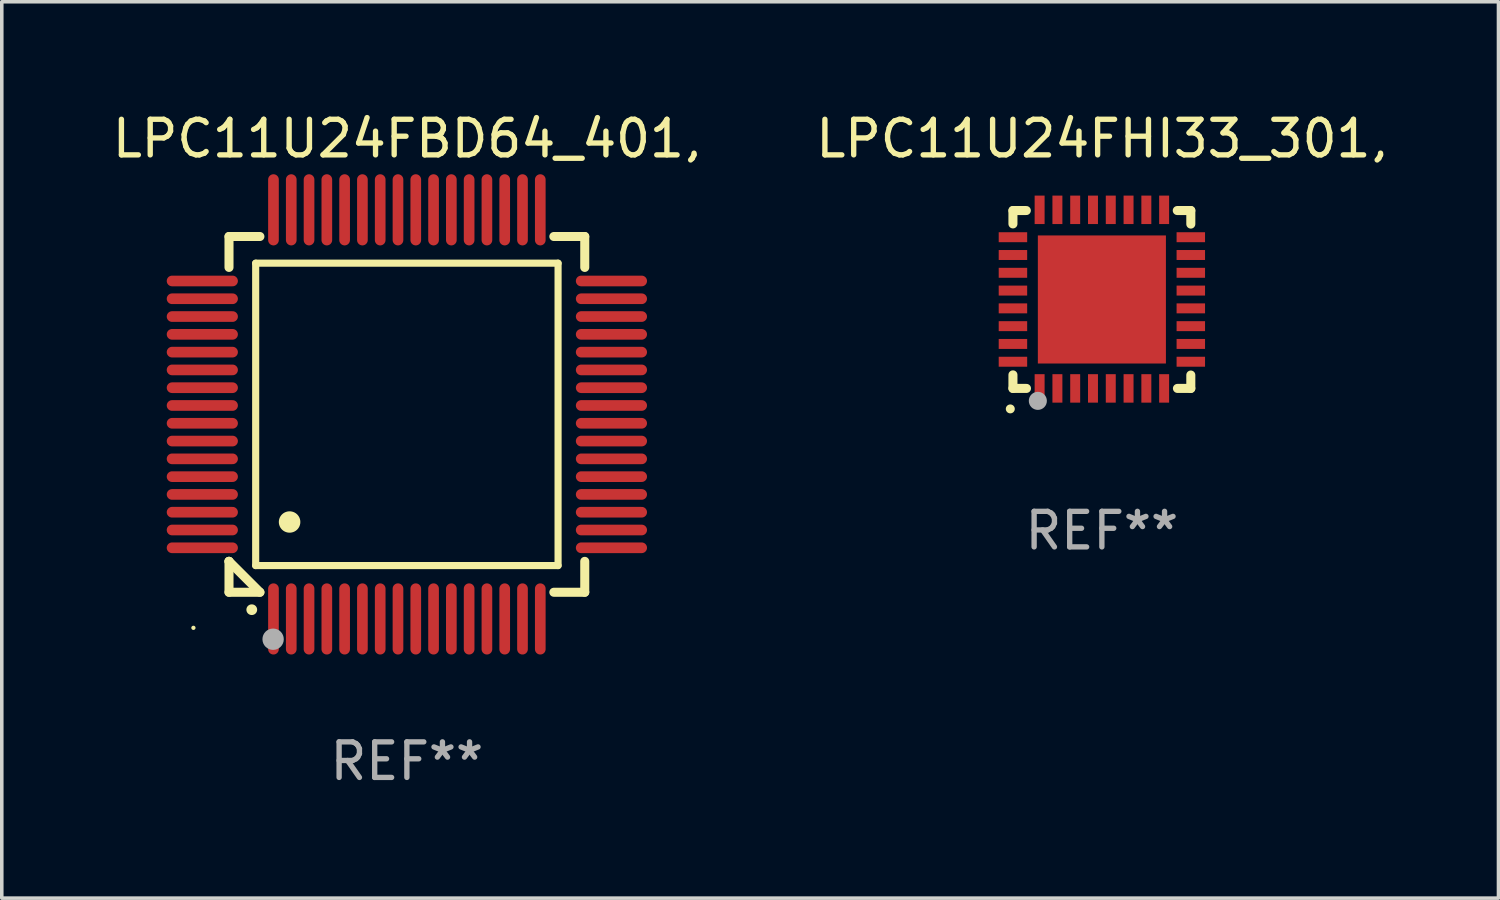
<source format=kicad_pcb>
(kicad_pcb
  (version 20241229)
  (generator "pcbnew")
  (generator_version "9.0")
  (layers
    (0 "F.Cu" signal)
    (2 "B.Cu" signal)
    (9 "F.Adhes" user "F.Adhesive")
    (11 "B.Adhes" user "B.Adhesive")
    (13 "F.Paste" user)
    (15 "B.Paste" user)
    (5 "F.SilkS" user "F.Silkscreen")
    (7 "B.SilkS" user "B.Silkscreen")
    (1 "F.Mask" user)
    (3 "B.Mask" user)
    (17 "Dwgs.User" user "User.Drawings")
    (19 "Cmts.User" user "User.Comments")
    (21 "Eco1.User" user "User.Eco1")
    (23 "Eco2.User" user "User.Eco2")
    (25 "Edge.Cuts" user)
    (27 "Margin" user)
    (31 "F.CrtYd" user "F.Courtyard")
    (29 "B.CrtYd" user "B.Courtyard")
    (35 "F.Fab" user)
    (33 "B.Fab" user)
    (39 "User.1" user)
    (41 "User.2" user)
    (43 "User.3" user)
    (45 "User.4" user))
  (footprint "LPC11U24FHI33_301,"
    (layer "F.Cu")
    (at 27.923 5.358)
    (property "Reference" "LPC11U24FHI33_301," (at 0 -4.51 0) (layer "F.SilkS") (effects (font (size 1 1) (thickness 0.15))))
    (attr through_hole)
    (fp_line (start -2.5 -2.49) (end -2.124 -2.49) (stroke (width 0.254) (type solid)) (layer "F.SilkS"))
    (fp_line (start -2.5 -2.114) (end -2.5 -2.49) (stroke (width 0.254) (type solid)) (layer "F.SilkS"))
    (fp_line (start -2.5 2.51) (end -2.5 2.129) (stroke (width 0.254) (type solid)) (layer "F.SilkS"))
    (fp_line (start -2.5 2.51) (end -2.119 2.51) (stroke (width 0.254) (type solid)) (layer "F.SilkS"))
    (fp_line (start 2.119 -2.49) (end 2.5 -2.49) (stroke (width 0.254) (type solid)) (layer "F.SilkS"))
    (fp_line (start 2.124 2.51) (end 2.5 2.51) (stroke (width 0.254) (type solid)) (layer "F.SilkS"))
    (fp_line (start 2.5 -2.49) (end 2.5 -2.109) (stroke (width 0.254) (type solid)) (layer "F.SilkS"))
    (fp_line (start 2.5 2.134) (end 2.5 2.51) (stroke (width 0.254) (type solid)) (layer "F.SilkS"))
    (fp_arc (start -2.57554 3.086005) (mid -2.57427 3.085999) (end -2.573 3.086005) (stroke (width 0.25) (type solid)) (layer "F.SilkS"))
    (fp_circle (center -2.5 2.5) (end -2.45 2.5) (stroke (width 0.1) (type solid)) (fill no) (layer "F.SilkS"))
    (fp_circle (center -1.8 2.86) (end -1.673 2.86) (stroke (width 0.254) (type solid)) (fill no) (layer "F.Fab"))
    (fp_text user "REF**" (at 0 6.51 0) (layer "F.Fab") (effects (font (size 1 1) (thickness 0.15))))
    (pad "1" smd rect (at -1.75 2.51) (size 0.28 0.8) (layers "F.Cu" "F.Mask" "F.Paste"))
    (pad "2" smd rect (at -1.25 2.51) (size 0.28 0.8) (layers "F.Cu" "F.Mask" "F.Paste"))
    (pad "3" smd rect (at -0.75 2.51) (size 0.28 0.8) (layers "F.Cu" "F.Mask" "F.Paste"))
    (pad "4" smd rect (at -0.25 2.51) (size 0.28 0.8) (layers "F.Cu" "F.Mask" "F.Paste"))
    (pad "5" smd rect (at 0.25 2.51) (size 0.28 0.8) (layers "F.Cu" "F.Mask" "F.Paste"))
    (pad "6" smd rect (at 0.75 2.51) (size 0.28 0.8) (layers "F.Cu" "F.Mask" "F.Paste"))
    (pad "7" smd rect (at 1.25 2.51) (size 0.28 0.8) (layers "F.Cu" "F.Mask" "F.Paste"))
    (pad "8" smd rect (at 1.75 2.51) (size 0.28 0.8) (layers "F.Cu" "F.Mask" "F.Paste"))
    (pad "9" smd rect (at 2.5 1.76) (size 0.8 0.28) (layers "F.Cu" "F.Mask" "F.Paste"))
    (pad "10" smd rect (at 2.5 1.26) (size 0.8 0.28) (layers "F.Cu" "F.Mask" "F.Paste"))
    (pad "11" smd rect (at 2.5 0.76) (size 0.8 0.28) (layers "F.Cu" "F.Mask" "F.Paste"))
    (pad "12" smd rect (at 2.5 0.26) (size 0.8 0.28) (layers "F.Cu" "F.Mask" "F.Paste"))
    (pad "13" smd rect (at 2.5 -0.24) (size 0.8 0.28) (layers "F.Cu" "F.Mask" "F.Paste"))
    (pad "14" smd rect (at 2.5 -0.74) (size 0.8 0.28) (layers "F.Cu" "F.Mask" "F.Paste"))
    (pad "15" smd rect (at 2.5 -1.24) (size 0.8 0.28) (layers "F.Cu" "F.Mask" "F.Paste"))
    (pad "16" smd rect (at 2.5 -1.74) (size 0.8 0.28) (layers "F.Cu" "F.Mask" "F.Paste"))
    (pad "17" smd rect (at 1.75 -2.51) (size 0.28 0.8) (layers "F.Cu" "F.Mask" "F.Paste"))
    (pad "18" smd rect (at 1.25 -2.51) (size 0.28 0.8) (layers "F.Cu" "F.Mask" "F.Paste"))
    (pad "19" smd rect (at 0.75 -2.51) (size 0.28 0.8) (layers "F.Cu" "F.Mask" "F.Paste"))
    (pad "20" smd rect (at 0.25 -2.51) (size 0.28 0.8) (layers "F.Cu" "F.Mask" "F.Paste"))
    (pad "21" smd rect (at -0.25 -2.51) (size 0.28 0.8) (layers "F.Cu" "F.Mask" "F.Paste"))
    (pad "22" smd rect (at -0.75 -2.51) (size 0.28 0.8) (layers "F.Cu" "F.Mask" "F.Paste"))
    (pad "23" smd rect (at -1.25 -2.51) (size 0.28 0.8) (layers "F.Cu" "F.Mask" "F.Paste"))
    (pad "24" smd rect (at -1.75 -2.51) (size 0.28 0.8) (layers "F.Cu" "F.Mask" "F.Paste"))
    (pad "25" smd rect (at -2.5 -1.74) (size 0.8 0.28) (layers "F.Cu" "F.Mask" "F.Paste"))
    (pad "26" smd rect (at -2.5 -1.24) (size 0.8 0.28) (layers "F.Cu" "F.Mask" "F.Paste"))
    (pad "27" smd rect (at -2.5 -0.74) (size 0.8 0.28) (layers "F.Cu" "F.Mask" "F.Paste"))
    (pad "28" smd rect (at -2.5 -0.24) (size 0.8 0.28) (layers "F.Cu" "F.Mask" "F.Paste"))
    (pad "29" smd rect (at -2.5 0.26) (size 0.8 0.28) (layers "F.Cu" "F.Mask" "F.Paste"))
    (pad "30" smd rect (at -2.5 0.76) (size 0.8 0.28) (layers "F.Cu" "F.Mask" "F.Paste"))
    (pad "31" smd rect (at -2.5 1.26) (size 0.8 0.28) (layers "F.Cu" "F.Mask" "F.Paste"))
    (pad "32" smd rect (at -2.5 1.76) (size 0.8 0.28) (layers "F.Cu" "F.Mask" "F.Paste"))
    (pad "33" smd rect (at 0.000102 0.01) (size 3.6 3.6) (layers "F.Cu" "F.Mask" "F.Paste")))
  (footprint "LPC11U24FBD64_401,"
    (layer "F.Cu")
    (at 8.387 8.598)
    (property "Reference" "LPC11U24FBD64_401," (at 0 -7.75 0) (layer "F.SilkS") (effects (font (size 1 1) (thickness 0.15))))
    (attr through_hole)
    (fp_line (start -5 -5) (end -4.131 -5) (stroke (width 0.254) (type solid)) (layer "F.SilkS"))
    (fp_line (start -5 -4.131) (end -5 -5) (stroke (width 0.254) (type solid)) (layer "F.SilkS"))
    (fp_line (start -5 4.131) (end -5 4.131) (stroke (width 0.254) (type solid)) (layer "F.SilkS"))
    (fp_line (start -5 5) (end -5 4.131) (stroke (width 0.254) (type solid)) (layer "F.SilkS"))
    (fp_line (start -5 4.131) (end -4.131 5) (stroke (width 0.254) (type solid)) (layer "F.SilkS"))
    (fp_line (start -4.25 -4.25) (end -4.25 4.25) (stroke (width 0.2) (type solid)) (layer "F.SilkS"))
    (fp_line (start -4.25 4.25) (end 4.25 4.25) (stroke (width 0.2) (type solid)) (layer "F.SilkS"))
    (fp_line (start -4.131 5) (end -5 5) (stroke (width 0.254) (type solid)) (layer "F.SilkS"))
    (fp_line (start 4.25 -4.25) (end -4.25 -4.25) (stroke (width 0.2) (type solid)) (layer "F.SilkS"))
    (fp_line (start 4.25 4.25) (end 4.25 -4.25) (stroke (width 0.2) (type solid)) (layer "F.SilkS"))
    (fp_line (start 5 -5) (end 4.131 -5) (stroke (width 0.254) (type solid)) (layer "F.SilkS"))
    (fp_line (start 5 -5) (end 5 -4.131) (stroke (width 0.254) (type solid)) (layer "F.SilkS"))
    (fp_line (start 5 4.131) (end 5 5) (stroke (width 0.254) (type solid)) (layer "F.SilkS"))
    (fp_line (start 5 5) (end 4.131 5) (stroke (width 0.254) (type solid)) (layer "F.SilkS"))
    (fp_arc (start -4.361265 5.489992) (mid -4.359995 5.489987) (end -4.358725 5.489992) (stroke (width 0.3) (type solid)) (layer "F.SilkS"))
    (fp_arc (start -3.299467 3.025146) (mid -3.296927 3.025135) (end -3.294387 3.025146) (stroke (width 0.6) (type solid)) (layer "F.SilkS"))
    (fp_circle (center -6 6) (end -5.97 6) (stroke (width 0.06) (type solid)) (fill no) (layer "F.SilkS"))
    (fp_circle (center -3.76 6.32) (end -3.61 6.32) (stroke (width 0.3) (type solid)) (fill no) (layer "F.Fab"))
    (fp_text user "REF**" (at 0 9.75 0) (layer "F.Fab") (effects (font (size 1 1) (thickness 0.15))))
    (pad "1" smd oval (at -3.75 5.75) (size 0.3 2) (layers "F.Cu" "F.Mask" "F.Paste"))
    (pad "2" smd oval (at -3.25 5.75) (size 0.3 2) (layers "F.Cu" "F.Mask" "F.Paste"))
    (pad "3" smd oval (at -2.75 5.75) (size 0.3 2) (layers "F.Cu" "F.Mask" "F.Paste"))
    (pad "4" smd oval (at -2.25 5.75) (size 0.3 2) (layers "F.Cu" "F.Mask" "F.Paste"))
    (pad "5" smd oval (at -1.75 5.75) (size 0.3 2) (layers "F.Cu" "F.Mask" "F.Paste"))
    (pad "6" smd oval (at -1.25 5.75) (size 0.3 2) (layers "F.Cu" "F.Mask" "F.Paste"))
    (pad "7" smd oval (at -0.75 5.75) (size 0.3 2) (layers "F.Cu" "F.Mask" "F.Paste"))
    (pad "8" smd oval (at -0.25 5.75) (size 0.3 2) (layers "F.Cu" "F.Mask" "F.Paste"))
    (pad "9" smd oval (at 0.25 5.75) (size 0.3 2) (layers "F.Cu" "F.Mask" "F.Paste"))
    (pad "10" smd oval (at 0.75 5.75) (size 0.3 2) (layers "F.Cu" "F.Mask" "F.Paste"))
    (pad "11" smd oval (at 1.25 5.75) (size 0.3 2) (layers "F.Cu" "F.Mask" "F.Paste"))
    (pad "12" smd oval (at 1.75 5.75) (size 0.3 2) (layers "F.Cu" "F.Mask" "F.Paste"))
    (pad "13" smd oval (at 2.25 5.75) (size 0.3 2) (layers "F.Cu" "F.Mask" "F.Paste"))
    (pad "14" smd oval (at 2.75 5.75) (size 0.3 2) (layers "F.Cu" "F.Mask" "F.Paste"))
    (pad "15" smd oval (at 3.25 5.75) (size 0.3 2) (layers "F.Cu" "F.Mask" "F.Paste"))
    (pad "16" smd oval (at 3.75 5.75) (size 0.3 2) (layers "F.Cu" "F.Mask" "F.Paste"))
    (pad "17" smd oval (at 5.75 3.75) (size 2 0.3) (layers "F.Cu" "F.Mask" "F.Paste"))
    (pad "18" smd oval (at 5.75 3.25) (size 2 0.3) (layers "F.Cu" "F.Mask" "F.Paste"))
    (pad "19" smd oval (at 5.75 2.75) (size 2 0.3) (layers "F.Cu" "F.Mask" "F.Paste"))
    (pad "20" smd oval (at 5.75 2.25) (size 2 0.3) (layers "F.Cu" "F.Mask" "F.Paste"))
    (pad "21" smd oval (at 5.75 1.75) (size 2 0.3) (layers "F.Cu" "F.Mask" "F.Paste"))
    (pad "22" smd oval (at 5.75 1.25) (size 2 0.3) (layers "F.Cu" "F.Mask" "F.Paste"))
    (pad "23" smd oval (at 5.75 0.75) (size 2 0.3) (layers "F.Cu" "F.Mask" "F.Paste"))
    (pad "24" smd oval (at 5.75 0.25) (size 2 0.3) (layers "F.Cu" "F.Mask" "F.Paste"))
    (pad "25" smd oval (at 5.75 -0.25) (size 2 0.3) (layers "F.Cu" "F.Mask" "F.Paste"))
    (pad "26" smd oval (at 5.75 -0.75) (size 2 0.3) (layers "F.Cu" "F.Mask" "F.Paste"))
    (pad "27" smd oval (at 5.75 -1.25) (size 2 0.3) (layers "F.Cu" "F.Mask" "F.Paste"))
    (pad "28" smd oval (at 5.75 -1.75) (size 2 0.3) (layers "F.Cu" "F.Mask" "F.Paste"))
    (pad "29" smd oval (at 5.75 -2.25) (size 2 0.3) (layers "F.Cu" "F.Mask" "F.Paste"))
    (pad "30" smd oval (at 5.75 -2.75) (size 2 0.3) (layers "F.Cu" "F.Mask" "F.Paste"))
    (pad "31" smd oval (at 5.75 -3.25) (size 2 0.3) (layers "F.Cu" "F.Mask" "F.Paste"))
    (pad "32" smd oval (at 5.75 -3.75) (size 2 0.3) (layers "F.Cu" "F.Mask" "F.Paste"))
    (pad "33" smd oval (at 3.75 -5.75) (size 0.3 2) (layers "F.Cu" "F.Mask" "F.Paste"))
    (pad "34" smd oval (at 3.25 -5.75) (size 0.3 2) (layers "F.Cu" "F.Mask" "F.Paste"))
    (pad "35" smd oval (at 2.75 -5.75) (size 0.3 2) (layers "F.Cu" "F.Mask" "F.Paste"))
    (pad "36" smd oval (at 2.25 -5.75) (size 0.3 2) (layers "F.Cu" "F.Mask" "F.Paste"))
    (pad "37" smd oval (at 1.75 -5.75) (size 0.3 2) (layers "F.Cu" "F.Mask" "F.Paste"))
    (pad "38" smd oval (at 1.25 -5.75) (size 0.3 2) (layers "F.Cu" "F.Mask" "F.Paste"))
    (pad "39" smd oval (at 0.75 -5.75) (size 0.3 2) (layers "F.Cu" "F.Mask" "F.Paste"))
    (pad "40" smd oval (at 0.25 -5.75) (size 0.3 2) (layers "F.Cu" "F.Mask" "F.Paste"))
    (pad "41" smd oval (at -0.25 -5.75) (size 0.3 2) (layers "F.Cu" "F.Mask" "F.Paste"))
    (pad "42" smd oval (at -0.75 -5.75) (size 0.3 2) (layers "F.Cu" "F.Mask" "F.Paste"))
    (pad "43" smd oval (at -1.25 -5.75) (size 0.3 2) (layers "F.Cu" "F.Mask" "F.Paste"))
    (pad "44" smd oval (at -1.75 -5.75) (size 0.3 2) (layers "F.Cu" "F.Mask" "F.Paste"))
    (pad "45" smd oval (at -2.25 -5.75) (size 0.3 2) (layers "F.Cu" "F.Mask" "F.Paste"))
    (pad "46" smd oval (at -2.75 -5.75) (size 0.3 2) (layers "F.Cu" "F.Mask" "F.Paste"))
    (pad "47" smd oval (at -3.25 -5.75) (size 0.3 2) (layers "F.Cu" "F.Mask" "F.Paste"))
    (pad "48" smd oval (at -3.75 -5.75) (size 0.3 2) (layers "F.Cu" "F.Mask" "F.Paste"))
    (pad "49" smd oval (at -5.75 -3.75) (size 2 0.3) (layers "F.Cu" "F.Mask" "F.Paste"))
    (pad "50" smd oval (at -5.75 -3.25) (size 2 0.3) (layers "F.Cu" "F.Mask" "F.Paste"))
    (pad "51" smd oval (at -5.75 -2.75) (size 2 0.3) (layers "F.Cu" "F.Mask" "F.Paste"))
    (pad "52" smd oval (at -5.75 -2.25) (size 2 0.3) (layers "F.Cu" "F.Mask" "F.Paste"))
    (pad "53" smd oval (at -5.75 -1.75) (size 2 0.3) (layers "F.Cu" "F.Mask" "F.Paste"))
    (pad "54" smd oval (at -5.75 -1.25) (size 2 0.3) (layers "F.Cu" "F.Mask" "F.Paste"))
    (pad "55" smd oval (at -5.75 -0.75) (size 2 0.3) (layers "F.Cu" "F.Mask" "F.Paste"))
    (pad "56" smd oval (at -5.75 -0.25) (size 2 0.3) (layers "F.Cu" "F.Mask" "F.Paste"))
    (pad "57" smd oval (at -5.75 0.25) (size 2 0.3) (layers "F.Cu" "F.Mask" "F.Paste"))
    (pad "58" smd oval (at -5.75 0.75) (size 2 0.3) (layers "F.Cu" "F.Mask" "F.Paste"))
    (pad "59" smd oval (at -5.75 1.25) (size 2 0.3) (layers "F.Cu" "F.Mask" "F.Paste"))
    (pad "60" smd oval (at -5.75 1.75) (size 2 0.3) (layers "F.Cu" "F.Mask" "F.Paste"))
    (pad "61" smd oval (at -5.75 2.25) (size 2 0.3) (layers "F.Cu" "F.Mask" "F.Paste"))
    (pad "62" smd oval (at -5.75 2.75) (size 2 0.3) (layers "F.Cu" "F.Mask" "F.Paste"))
    (pad "63" smd oval (at -5.75 3.25) (size 2 0.3) (layers "F.Cu" "F.Mask" "F.Paste"))
    (pad "64" smd oval (at -5.75 3.75) (size 2 0.3) (layers "F.Cu" "F.Mask" "F.Paste")))
  (gr_rect
    (start -3 -3)
    (end 39.071 22.196)
    (stroke (width 0.1) (type default))
    (fill no)
    (layer "Edge.Cuts")))
</source>
